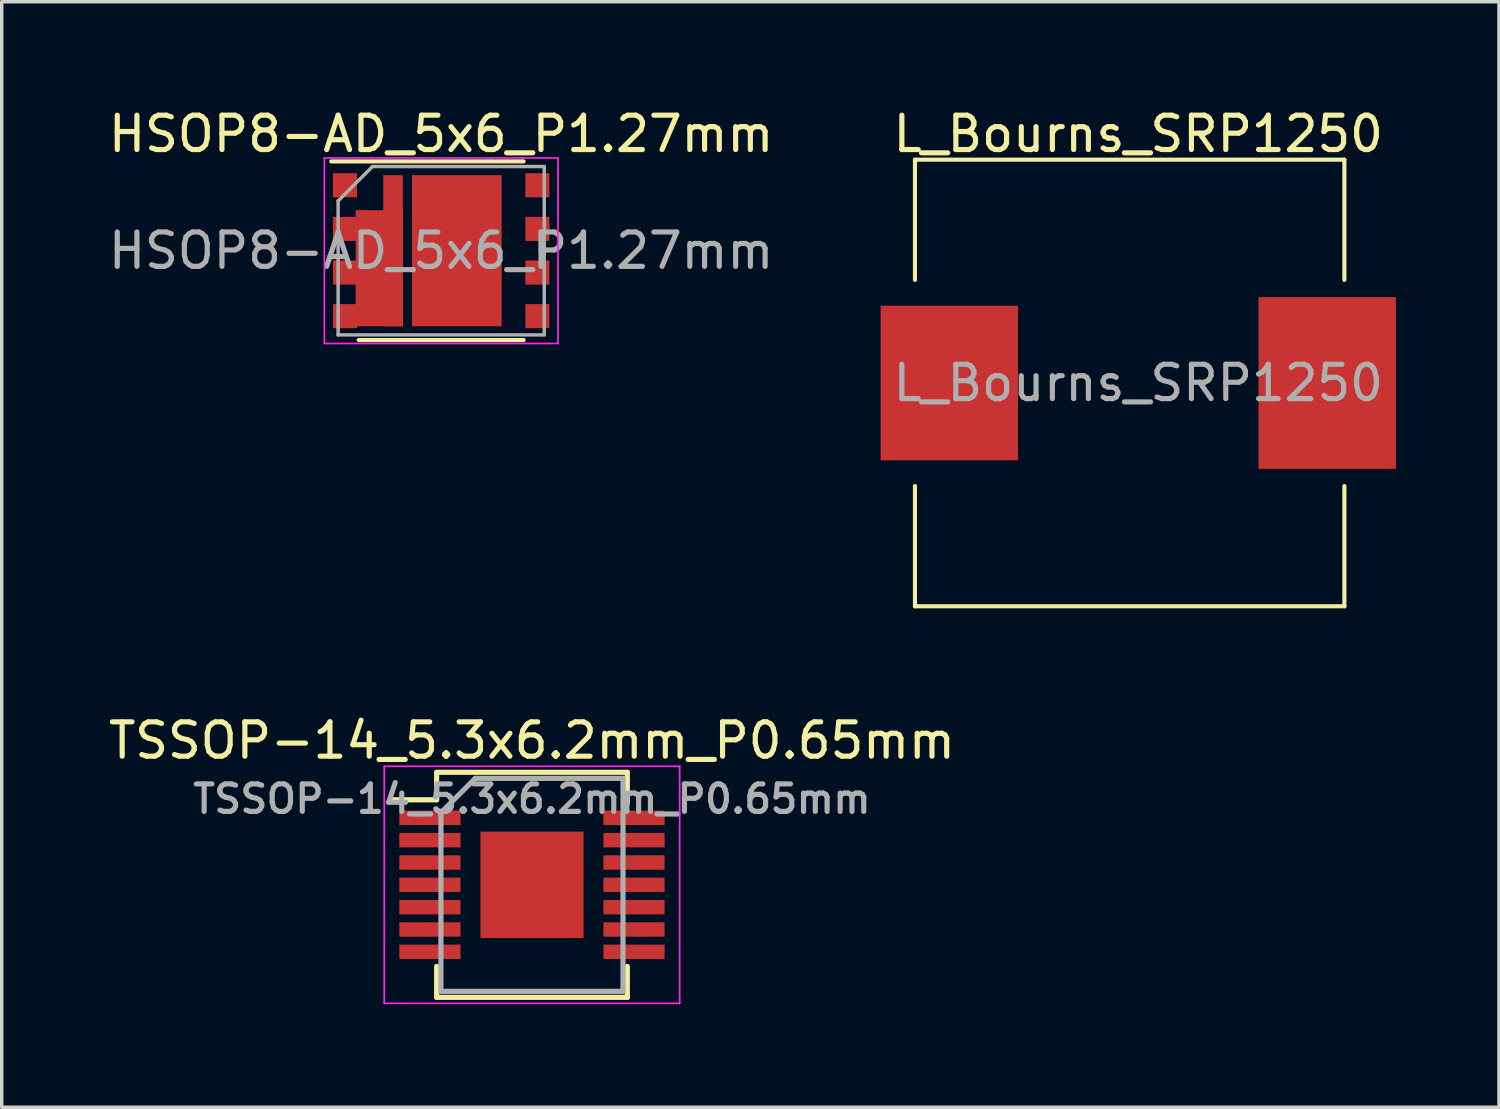
<source format=kicad_pcb>
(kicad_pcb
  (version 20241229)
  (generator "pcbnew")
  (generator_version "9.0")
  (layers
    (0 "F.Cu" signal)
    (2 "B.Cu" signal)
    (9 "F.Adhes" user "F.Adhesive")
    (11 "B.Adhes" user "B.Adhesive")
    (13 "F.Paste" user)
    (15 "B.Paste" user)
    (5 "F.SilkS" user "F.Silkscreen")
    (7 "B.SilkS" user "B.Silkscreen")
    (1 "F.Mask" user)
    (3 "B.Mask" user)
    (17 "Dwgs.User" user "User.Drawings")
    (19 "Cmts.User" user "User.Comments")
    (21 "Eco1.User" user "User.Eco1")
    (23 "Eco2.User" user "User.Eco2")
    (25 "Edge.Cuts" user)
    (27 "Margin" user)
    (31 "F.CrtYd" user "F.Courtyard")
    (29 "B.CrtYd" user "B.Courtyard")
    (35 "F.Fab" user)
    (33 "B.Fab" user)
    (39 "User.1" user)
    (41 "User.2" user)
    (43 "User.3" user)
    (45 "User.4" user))
  (footprint "TSSOP-14_5.3x6.2mm_P0.65mm"
    (layer "F.Cu")
    (at 12.435 22.706)
    (property "Reference" "TSSOP-14_5.3x6.2mm_P0.65mm" (at 0 -4.2 0) (layer "F.SilkS") (effects (font (size 1 1) (thickness 0.15))))
    (attr smd)
    (fp_line (start -2.775 -3.275) (end -2.775 -2.475) (stroke (width 0.15) (type solid)) (layer "F.SilkS"))
    (fp_line (start -2.775 -3.275) (end 2.775 -3.275) (stroke (width 0.15) (type solid)) (layer "F.SilkS"))
    (fp_line (start -2.775 -2.475) (end -4.05 -2.475) (stroke (width 0.15) (type solid)) (layer "F.SilkS"))
    (fp_line (start -2.775 3.275) (end -2.775 2.375) (stroke (width 0.15) (type solid)) (layer "F.SilkS"))
    (fp_line (start -2.775 3.275) (end 2.775 3.275) (stroke (width 0.15) (type solid)) (layer "F.SilkS"))
    (fp_line (start 2.775 -3.275) (end 2.775 -2.375) (stroke (width 0.15) (type solid)) (layer "F.SilkS"))
    (fp_line (start 2.775 3.275) (end 2.775 2.375) (stroke (width 0.15) (type solid)) (layer "F.SilkS"))
    (fp_line (start -4.3 -3.45) (end -4.3 3.45) (stroke (width 0.05) (type solid)) (layer "F.CrtYd"))
    (fp_line (start -4.3 -3.45) (end 4.3 -3.45) (stroke (width 0.05) (type solid)) (layer "F.CrtYd"))
    (fp_line (start -4.3 3.45) (end 4.3 3.45) (stroke (width 0.05) (type solid)) (layer "F.CrtYd"))
    (fp_line (start 4.3 -3.45) (end 4.3 3.45) (stroke (width 0.05) (type solid)) (layer "F.CrtYd"))
    (fp_line (start -2.65 -2.1) (end -1.65 -3.1) (stroke (width 0.15) (type solid)) (layer "F.Fab"))
    (fp_line (start -2.65 3.1) (end -2.65 -2.1) (stroke (width 0.15) (type solid)) (layer "F.Fab"))
    (fp_line (start -1.65 -3.1) (end 2.65 -3.1) (stroke (width 0.15) (type solid)) (layer "F.Fab"))
    (fp_line (start 2.65 -3.1) (end 2.65 3.1) (stroke (width 0.15) (type solid)) (layer "F.Fab"))
    (fp_line (start 2.65 3.1) (end -2.65 3.1) (stroke (width 0.15) (type solid)) (layer "F.Fab"))
    (fp_text user "${REFERENCE}" (at 0 -2.5 0) (layer "F.Fab") (effects (font (size 0.8 0.8) (thickness 0.15))))
    (pad "1" smd rect (at -2.97 -1.95) (size 1.78 0.42) (layers "F.Cu" "F.Mask" "F.Paste"))
    (pad "2" smd rect (at -2.97 -1.3) (size 1.78 0.42) (layers "F.Cu" "F.Mask" "F.Paste"))
    (pad "3" smd rect (at -2.97 -0.65) (size 1.78 0.42) (layers "F.Cu" "F.Mask" "F.Paste"))
    (pad "4" smd rect (at -2.97 0) (size 1.78 0.42) (layers "F.Cu" "F.Mask" "F.Paste"))
    (pad "5" smd rect (at -2.97 0.65) (size 1.78 0.42) (layers "F.Cu" "F.Mask" "F.Paste"))
    (pad "6" smd rect (at -2.97 1.3) (size 1.78 0.42) (layers "F.Cu" "F.Mask" "F.Paste"))
    (pad "7" smd rect (at -2.97 1.95) (size 1.78 0.42) (layers "F.Cu" "F.Mask" "F.Paste"))
    (pad "8" smd rect (at 2.97 1.95) (size 1.78 0.42) (layers "F.Cu" "F.Mask" "F.Paste"))
    (pad "9" smd rect (at 2.97 1.3) (size 1.78 0.42) (layers "F.Cu" "F.Mask" "F.Paste"))
    (pad "10" smd rect (at 2.97 0.65) (size 1.78 0.42) (layers "F.Cu" "F.Mask" "F.Paste"))
    (pad "11" smd rect (at 2.97 0) (size 1.78 0.42) (layers "F.Cu" "F.Mask" "F.Paste"))
    (pad "12" smd rect (at 2.97 -0.65) (size 1.78 0.42) (layers "F.Cu" "F.Mask" "F.Paste"))
    (pad "13" smd rect (at 2.97 -1.3) (size 1.78 0.42) (layers "F.Cu" "F.Mask" "F.Paste"))
    (pad "14" smd rect (at 2.97 -1.95) (size 1.78 0.42) (layers "F.Cu" "F.Mask" "F.Paste"))
    (pad "15" smd rect (at 0 0) (size 3 3.1) (layers "F.Cu" "F.Mask" "F.Paste")))
  (footprint "L_Bourns_SRP1250"
    (layer "F.Cu")
    (at 30.083 8.098)
    (property "Reference" "L_Bourns_SRP1250" (at 0 -7.25 0) (layer "F.SilkS") (effects (font (size 1 1) (thickness 0.15))))
    (attr smd)
    (fp_line (start -6.5 -6.5) (end 6 -6.5) (stroke (width 0.12) (type solid)) (layer "F.SilkS"))
    (fp_line (start -6.5 -3) (end -6.5 -6.5) (stroke (width 0.12) (type solid)) (layer "F.SilkS"))
    (fp_line (start -6.5 6.5) (end -6.5 3) (stroke (width 0.12) (type solid)) (layer "F.SilkS"))
    (fp_line (start 6 -6.5) (end 6 -3) (stroke (width 0.12) (type solid)) (layer "F.SilkS"))
    (fp_line (start 6 3) (end 6 6.5) (stroke (width 0.12) (type solid)) (layer "F.SilkS"))
    (fp_line (start 6 6.5) (end -6.5 6.5) (stroke (width 0.12) (type solid)) (layer "F.SilkS"))
    (fp_text user "${REFERENCE}" (at 0 0 0) (layer "F.Fab") (effects (font (size 1 1) (thickness 0.15))))
    (pad "1" smd rect (at -5.5 0) (size 4 4.5) (layers "F.Cu" "F.Mask" "F.Paste"))
    (pad "2" smd rect (at 5.5 0) (size 4 5) (layers "F.Cu" "F.Mask" "F.Paste")))
  (footprint "HSOP8-AD_5x6_P1.27mm"
    (layer "F.Cu")
    (at 9.792 4.248)
    (property "Reference" "HSOP8-AD_5x6_P1.27mm" (at 0 -3.4 0) (layer "F.SilkS") (effects (font (size 1 1) (thickness 0.15))))
    (attr smd)
    (fp_line (start 2.4 -2.6) (end -3.2 -2.6) (stroke (width 0.12) (type solid)) (layer "F.SilkS"))
    (fp_line (start 2.4 2.6) (end -2.4 2.6) (stroke (width 0.12) (type solid)) (layer "F.SilkS"))
    (fp_line (start -3.4 -2.7) (end 3.4 -2.7) (stroke (width 0.05) (type solid)) (layer "F.CrtYd"))
    (fp_line (start -3.4 2.7) (end -3.4 -2.7) (stroke (width 0.05) (type solid)) (layer "F.CrtYd"))
    (fp_line (start 3.4 -2.7) (end 3.4 2.7) (stroke (width 0.05) (type solid)) (layer "F.CrtYd"))
    (fp_line (start 3.4 2.7) (end -3.4 2.7) (stroke (width 0.05) (type solid)) (layer "F.CrtYd"))
    (fp_line (start -3 -1.45) (end -3 2.45) (stroke (width 0.1) (type solid)) (layer "F.Fab"))
    (fp_line (start -2 -2.45) (end -3 -1.45) (stroke (width 0.1) (type solid)) (layer "F.Fab"))
    (fp_line (start -2 -2.45) (end 3 -2.45) (stroke (width 0.1) (type solid)) (layer "F.Fab"))
    (fp_line (start 3 -2.45) (end 3 2.45) (stroke (width 0.1) (type solid)) (layer "F.Fab"))
    (fp_line (start 3 2.45) (end -3 2.45) (stroke (width 0.1) (type solid)) (layer "F.Fab"))
    (fp_text user "${REFERENCE}" (at 0 0 0) (layer "F.Fab") (effects (font (size 1 1) (thickness 0.15))))
    (pad "1" smd rect (at -2.8 -1.905) (size 0.7 0.7) (layers "F.Cu" "F.Mask" "F.Paste"))
    (pad "2" smd rect (at -2.8 -0.635) (size 0.7 0.7) (layers "F.Cu" "F.Mask" "F.Paste"))
    (pad "2" smd rect (at -2.8 0.635) (size 0.7 0.7) (layers "F.Cu" "F.Mask" "F.Paste"))
    (pad "2" smd rect (at -2.8 1.905) (size 0.7 0.7) (layers "F.Cu" "F.Mask" "F.Paste"))
    (pad "2" smd rect (at -1.8 0.51) (size 1.38 3.38) (layers "F.Cu" "F.Mask" "F.Paste"))
    (pad "2" smd rect (at -1.4 0) (size 0.57 4.4) (layers "F.Cu" "F.Mask" "F.Paste"))
    (pad "3" smd rect (at 2.8 -0.635) (size 0.7 0.7) (layers "F.Cu" "F.Mask" "F.Paste"))
    (pad "3" smd rect (at 2.8 0.635) (size 0.7 0.7) (layers "F.Cu" "F.Mask" "F.Paste"))
    (pad "3" smd rect (at 2.8 1.905) (size 0.7 0.7) (layers "F.Cu" "F.Mask" "F.Paste"))
    (pad "4" smd rect (at 2.8 -1.905) (size 0.7 0.7) (layers "F.Cu" "F.Mask" "F.Paste"))
    (pad "5" smd rect (at 0.455 0) (size 2.61 4.4) (layers "F.Cu" "F.Mask" "F.Paste")))
  (gr_rect
    (start -3 -3)
    (end 40.583 29.181)
    (stroke (width 0.1) (type default))
    (fill no)
    (layer "Edge.Cuts")))
</source>
